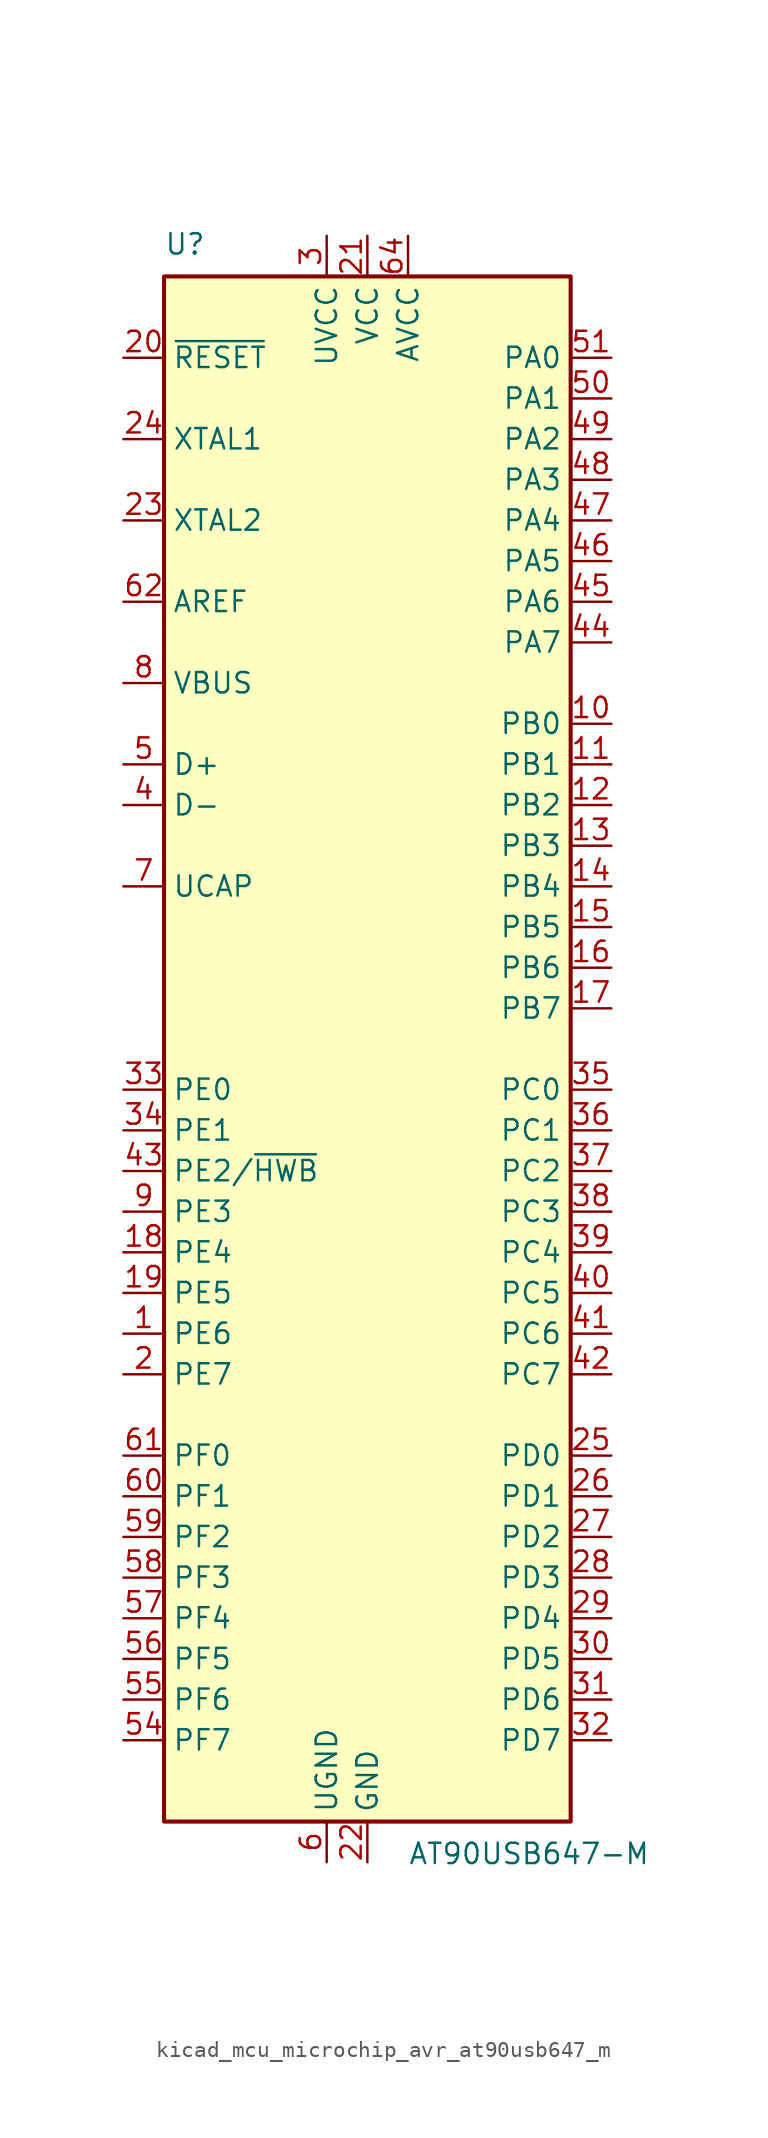
<source format=kicad_sym>
(kicad_symbol_lib
  (version 20220914)
  (generator kicad_symbol_editor)
  (symbol "kicad_mcu_microchip_avr_at90usb647_m"
    (property "Reference" "U"
      (at -12.7 49.53 0)
      (effects (font (size 1.27 1.27)) (justify left bottom)))
    (property "Value" "AT90USB647-M"
      (at 2.54 -49.53 0)
      (effects (font (size 1.27 1.27)) (justify left top)))
    (symbol "kicad_mcu_microchip_avr_at90usb647_m_0_1"
      (rectangle (start -12.7 -48.26) (end 12.7 48.26) (stroke (width 0.254) (type default)) (fill (type background))))
    (symbol "kicad_mcu_microchip_avr_at90usb647_m_1_1"
      (pin bidirectional line (at -15.24 -17.78 0) (length 2.54) (name "PE6" (effects (font (size 1.27 1.27)))) (number "1" (effects (font (size 1.27 1.27)))))
      (pin bidirectional line (at 15.24 20.32 180) (length 2.54) (name "PB0" (effects (font (size 1.27 1.27)))) (number "10" (effects (font (size 1.27 1.27)))))
      (pin bidirectional line (at 15.24 17.78 180) (length 2.54) (name "PB1" (effects (font (size 1.27 1.27)))) (number "11" (effects (font (size 1.27 1.27)))))
      (pin bidirectional line (at 15.24 15.24 180) (length 2.54) (name "PB2" (effects (font (size 1.27 1.27)))) (number "12" (effects (font (size 1.27 1.27)))))
      (pin bidirectional line (at 15.24 12.7 180) (length 2.54) (name "PB3" (effects (font (size 1.27 1.27)))) (number "13" (effects (font (size 1.27 1.27)))))
      (pin bidirectional line (at 15.24 10.16 180) (length 2.54) (name "PB4" (effects (font (size 1.27 1.27)))) (number "14" (effects (font (size 1.27 1.27)))))
      (pin bidirectional line (at 15.24 7.62 180) (length 2.54) (name "PB5" (effects (font (size 1.27 1.27)))) (number "15" (effects (font (size 1.27 1.27)))))
      (pin bidirectional line (at 15.24 5.08 180) (length 2.54) (name "PB6" (effects (font (size 1.27 1.27)))) (number "16" (effects (font (size 1.27 1.27)))))
      (pin bidirectional line (at 15.24 2.54 180) (length 2.54) (name "PB7" (effects (font (size 1.27 1.27)))) (number "17" (effects (font (size 1.27 1.27)))))
      (pin bidirectional line (at -15.24 -12.7 0) (length 2.54) (name "PE4" (effects (font (size 1.27 1.27)))) (number "18" (effects (font (size 1.27 1.27)))))
      (pin bidirectional line (at -15.24 -15.24 0) (length 2.54) (name "PE5" (effects (font (size 1.27 1.27)))) (number "19" (effects (font (size 1.27 1.27)))))
      (pin bidirectional line (at -15.24 -20.32 0) (length 2.54) (name "PE7" (effects (font (size 1.27 1.27)))) (number "2" (effects (font (size 1.27 1.27)))))
      (pin input line (at -15.24 43.18 0) (length 2.54) (name "~{RESET}" (effects (font (size 1.27 1.27)))) (number "20" (effects (font (size 1.27 1.27)))))
      (pin power_in line (at 0 50.8 270) (length 2.54) (name "VCC" (effects (font (size 1.27 1.27)))) (number "21" (effects (font (size 1.27 1.27)))))
      (pin power_in line (at 0 -50.8 90) (length 2.54) (name "GND" (effects (font (size 1.27 1.27)))) (number "22" (effects (font (size 1.27 1.27)))))
      (pin output line (at -15.24 33.02 0) (length 2.54) (name "XTAL2" (effects (font (size 1.27 1.27)))) (number "23" (effects (font (size 1.27 1.27)))))
      (pin input line (at -15.24 38.1 0) (length 2.54) (name "XTAL1" (effects (font (size 1.27 1.27)))) (number "24" (effects (font (size 1.27 1.27)))))
      (pin bidirectional line (at 15.24 -25.4 180) (length 2.54) (name "PD0" (effects (font (size 1.27 1.27)))) (number "25" (effects (font (size 1.27 1.27)))))
      (pin bidirectional line (at 15.24 -27.94 180) (length 2.54) (name "PD1" (effects (font (size 1.27 1.27)))) (number "26" (effects (font (size 1.27 1.27)))))
      (pin bidirectional line (at 15.24 -30.48 180) (length 2.54) (name "PD2" (effects (font (size 1.27 1.27)))) (number "27" (effects (font (size 1.27 1.27)))))
      (pin bidirectional line (at 15.24 -33.02 180) (length 2.54) (name "PD3" (effects (font (size 1.27 1.27)))) (number "28" (effects (font (size 1.27 1.27)))))
      (pin bidirectional line (at 15.24 -35.56 180) (length 2.54) (name "PD4" (effects (font (size 1.27 1.27)))) (number "29" (effects (font (size 1.27 1.27)))))
      (pin power_in line (at -2.54 50.8 270) (length 2.54) (name "UVCC" (effects (font (size 1.27 1.27)))) (number "3" (effects (font (size 1.27 1.27)))))
      (pin bidirectional line (at 15.24 -38.1 180) (length 2.54) (name "PD5" (effects (font (size 1.27 1.27)))) (number "30" (effects (font (size 1.27 1.27)))))
      (pin bidirectional line (at 15.24 -40.64 180) (length 2.54) (name "PD6" (effects (font (size 1.27 1.27)))) (number "31" (effects (font (size 1.27 1.27)))))
      (pin bidirectional line (at 15.24 -43.18 180) (length 2.54) (name "PD7" (effects (font (size 1.27 1.27)))) (number "32" (effects (font (size 1.27 1.27)))))
      (pin bidirectional line (at -15.24 -2.54 0) (length 2.54) (name "PE0" (effects (font (size 1.27 1.27)))) (number "33" (effects (font (size 1.27 1.27)))))
      (pin bidirectional line (at -15.24 -5.08 0) (length 2.54) (name "PE1" (effects (font (size 1.27 1.27)))) (number "34" (effects (font (size 1.27 1.27)))))
      (pin bidirectional line (at 15.24 -2.54 180) (length 2.54) (name "PC0" (effects (font (size 1.27 1.27)))) (number "35" (effects (font (size 1.27 1.27)))))
      (pin bidirectional line (at 15.24 -5.08 180) (length 2.54) (name "PC1" (effects (font (size 1.27 1.27)))) (number "36" (effects (font (size 1.27 1.27)))))
      (pin bidirectional line (at 15.24 -7.62 180) (length 2.54) (name "PC2" (effects (font (size 1.27 1.27)))) (number "37" (effects (font (size 1.27 1.27)))))
      (pin bidirectional line (at 15.24 -10.16 180) (length 2.54) (name "PC3" (effects (font (size 1.27 1.27)))) (number "38" (effects (font (size 1.27 1.27)))))
      (pin bidirectional line (at 15.24 -12.7 180) (length 2.54) (name "PC4" (effects (font (size 1.27 1.27)))) (number "39" (effects (font (size 1.27 1.27)))))
      (pin bidirectional line (at -15.24 15.24 0) (length 2.54) (name "D-" (effects (font (size 1.27 1.27)))) (number "4" (effects (font (size 1.27 1.27)))))
      (pin bidirectional line (at 15.24 -15.24 180) (length 2.54) (name "PC5" (effects (font (size 1.27 1.27)))) (number "40" (effects (font (size 1.27 1.27)))))
      (pin bidirectional line (at 15.24 -17.78 180) (length 2.54) (name "PC6" (effects (font (size 1.27 1.27)))) (number "41" (effects (font (size 1.27 1.27)))))
      (pin bidirectional line (at 15.24 -20.32 180) (length 2.54) (name "PC7" (effects (font (size 1.27 1.27)))) (number "42" (effects (font (size 1.27 1.27)))))
      (pin bidirectional line (at -15.24 -7.62 0) (length 2.54) (name "PE2/~{HWB}" (effects (font (size 1.27 1.27)))) (number "43" (effects (font (size 1.27 1.27)))))
      (pin bidirectional line (at 15.24 25.4 180) (length 2.54) (name "PA7" (effects (font (size 1.27 1.27)))) (number "44" (effects (font (size 1.27 1.27)))))
      (pin bidirectional line (at 15.24 27.94 180) (length 2.54) (name "PA6" (effects (font (size 1.27 1.27)))) (number "45" (effects (font (size 1.27 1.27)))))
      (pin bidirectional line (at 15.24 30.48 180) (length 2.54) (name "PA5" (effects (font (size 1.27 1.27)))) (number "46" (effects (font (size 1.27 1.27)))))
      (pin bidirectional line (at 15.24 33.02 180) (length 2.54) (name "PA4" (effects (font (size 1.27 1.27)))) (number "47" (effects (font (size 1.27 1.27)))))
      (pin bidirectional line (at 15.24 35.56 180) (length 2.54) (name "PA3" (effects (font (size 1.27 1.27)))) (number "48" (effects (font (size 1.27 1.27)))))
      (pin bidirectional line (at 15.24 38.1 180) (length 2.54) (name "PA2" (effects (font (size 1.27 1.27)))) (number "49" (effects (font (size 1.27 1.27)))))
      (pin bidirectional line (at -15.24 17.78 0) (length 2.54) (name "D+" (effects (font (size 1.27 1.27)))) (number "5" (effects (font (size 1.27 1.27)))))
      (pin bidirectional line (at 15.24 40.64 180) (length 2.54) (name "PA1" (effects (font (size 1.27 1.27)))) (number "50" (effects (font (size 1.27 1.27)))))
      (pin bidirectional line (at 15.24 43.18 180) (length 2.54) (name "PA0" (effects (font (size 1.27 1.27)))) (number "51" (effects (font (size 1.27 1.27)))))
      (pin passive line (at 0 50.8 270) (length 2.54) hide (name "VCC" (effects (font (size 1.27 1.27)))) (number "52" (effects (font (size 1.27 1.27)))))
      (pin passive line (at 0 -50.8 90) (length 2.54) hide (name "GND" (effects (font (size 1.27 1.27)))) (number "53" (effects (font (size 1.27 1.27)))))
      (pin bidirectional line (at -15.24 -43.18 0) (length 2.54) (name "PF7" (effects (font (size 1.27 1.27)))) (number "54" (effects (font (size 1.27 1.27)))))
      (pin bidirectional line (at -15.24 -40.64 0) (length 2.54) (name "PF6" (effects (font (size 1.27 1.27)))) (number "55" (effects (font (size 1.27 1.27)))))
      (pin bidirectional line (at -15.24 -38.1 0) (length 2.54) (name "PF5" (effects (font (size 1.27 1.27)))) (number "56" (effects (font (size 1.27 1.27)))))
      (pin bidirectional line (at -15.24 -35.56 0) (length 2.54) (name "PF4" (effects (font (size 1.27 1.27)))) (number "57" (effects (font (size 1.27 1.27)))))
      (pin bidirectional line (at -15.24 -33.02 0) (length 2.54) (name "PF3" (effects (font (size 1.27 1.27)))) (number "58" (effects (font (size 1.27 1.27)))))
      (pin bidirectional line (at -15.24 -30.48 0) (length 2.54) (name "PF2" (effects (font (size 1.27 1.27)))) (number "59" (effects (font (size 1.27 1.27)))))
      (pin power_in line (at -2.54 -50.8 90) (length 2.54) (name "UGND" (effects (font (size 1.27 1.27)))) (number "6" (effects (font (size 1.27 1.27)))))
      (pin bidirectional line (at -15.24 -27.94 0) (length 2.54) (name "PF1" (effects (font (size 1.27 1.27)))) (number "60" (effects (font (size 1.27 1.27)))))
      (pin bidirectional line (at -15.24 -25.4 0) (length 2.54) (name "PF0" (effects (font (size 1.27 1.27)))) (number "61" (effects (font (size 1.27 1.27)))))
      (pin passive line (at -15.24 27.94 0) (length 2.54) (name "AREF" (effects (font (size 1.27 1.27)))) (number "62" (effects (font (size 1.27 1.27)))))
      (pin passive line (at 0 -50.8 90) (length 2.54) hide (name "GND" (effects (font (size 1.27 1.27)))) (number "63" (effects (font (size 1.27 1.27)))))
      (pin power_in line (at 2.54 50.8 270) (length 2.54) (name "AVCC" (effects (font (size 1.27 1.27)))) (number "64" (effects (font (size 1.27 1.27)))))
      (pin passive line (at 0 -50.8 90) (length 2.54) hide (name "GND" (effects (font (size 1.27 1.27)))) (number "65" (effects (font (size 1.27 1.27)))))
      (pin passive line (at -15.24 10.16 0) (length 2.54) (name "UCAP" (effects (font (size 1.27 1.27)))) (number "7" (effects (font (size 1.27 1.27)))))
      (pin input line (at -15.24 22.86 0) (length 2.54) (name "VBUS" (effects (font (size 1.27 1.27)))) (number "8" (effects (font (size 1.27 1.27)))))
      (pin bidirectional line (at -15.24 -10.16 0) (length 2.54) (name "PE3" (effects (font (size 1.27 1.27)))) (number "9" (effects (font (size 1.27 1.27))))))))
</source>
